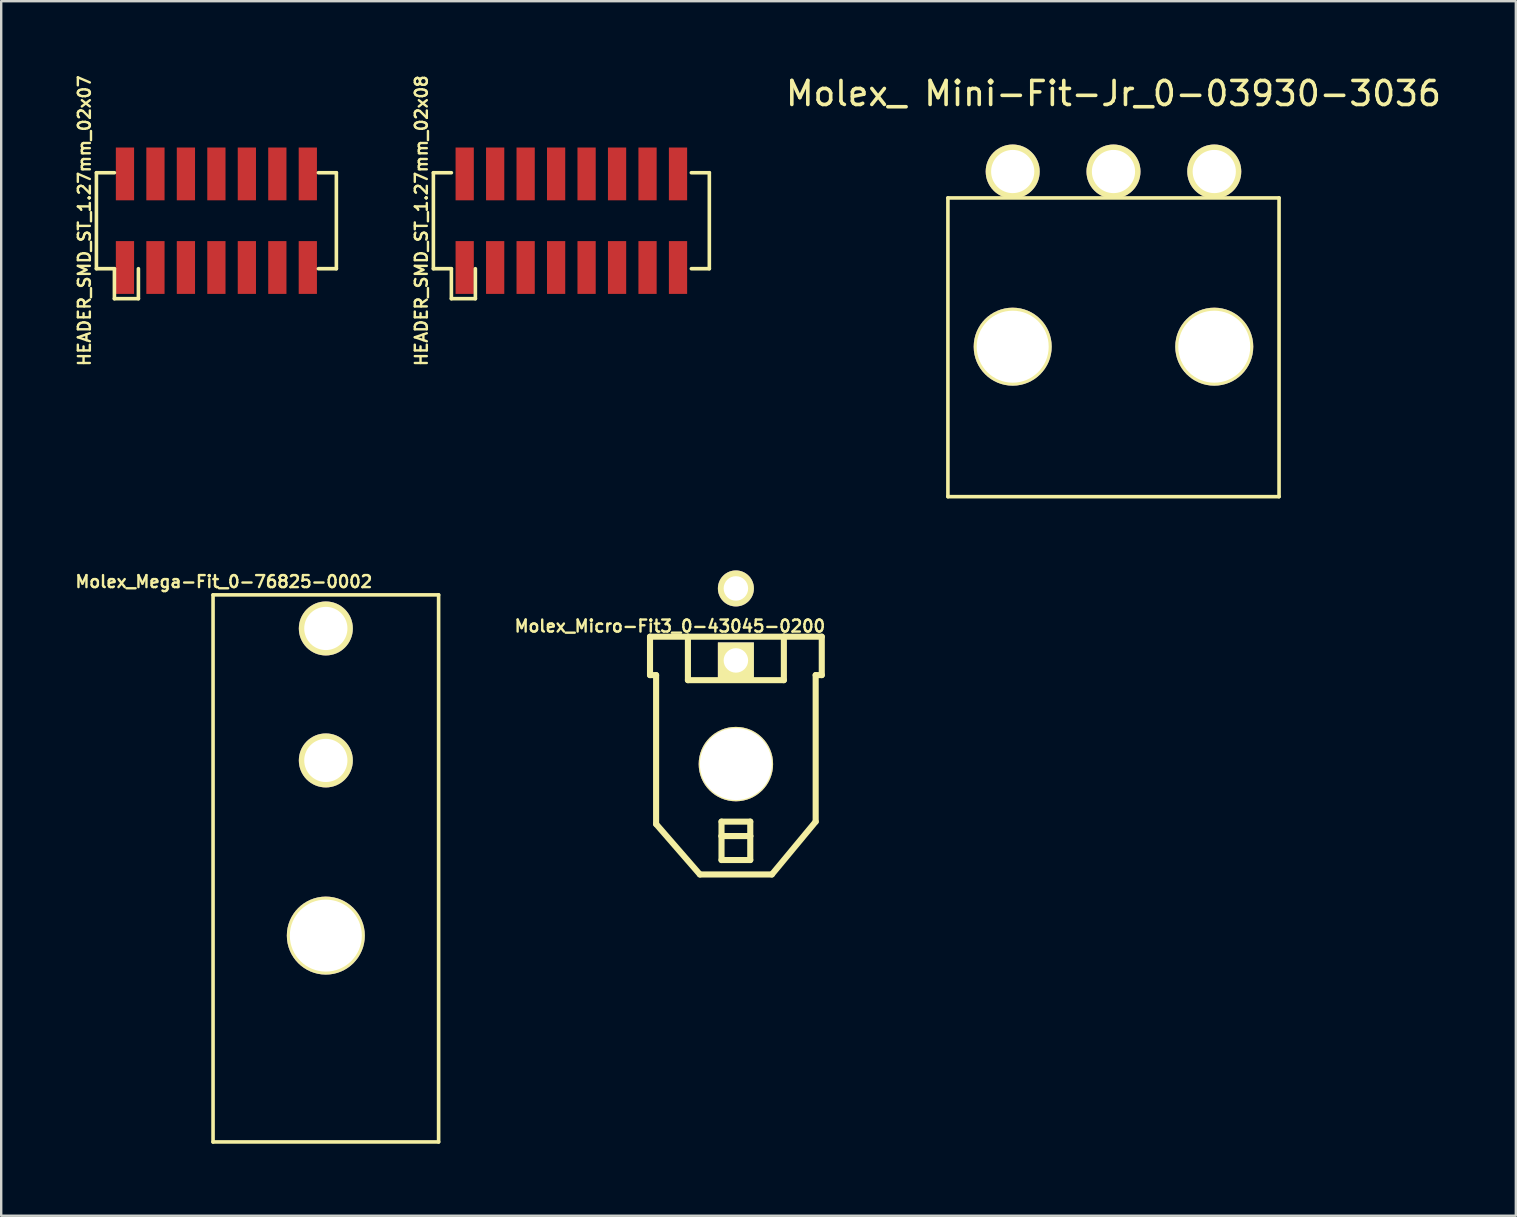
<source format=kicad_pcb>
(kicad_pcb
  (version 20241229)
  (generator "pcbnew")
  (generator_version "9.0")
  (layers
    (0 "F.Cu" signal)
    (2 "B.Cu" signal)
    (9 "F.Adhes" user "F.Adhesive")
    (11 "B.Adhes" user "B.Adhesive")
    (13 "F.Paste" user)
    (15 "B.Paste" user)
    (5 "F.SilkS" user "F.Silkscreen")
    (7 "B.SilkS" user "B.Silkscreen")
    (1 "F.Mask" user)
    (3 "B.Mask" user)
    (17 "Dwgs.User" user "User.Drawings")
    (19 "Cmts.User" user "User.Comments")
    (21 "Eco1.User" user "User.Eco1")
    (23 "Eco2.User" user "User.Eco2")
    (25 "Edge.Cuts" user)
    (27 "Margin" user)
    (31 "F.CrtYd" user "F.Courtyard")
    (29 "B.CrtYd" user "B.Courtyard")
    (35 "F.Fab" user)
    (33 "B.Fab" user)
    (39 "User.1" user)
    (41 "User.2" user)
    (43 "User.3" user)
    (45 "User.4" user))
  (footprint "Molex_Micro-Fit3_0-43045-0200"
    (layer "F.Cu")
    (at 27.618 28.793)
    (property "Reference" "Molex_Micro-Fit3_0-43045-0200" (at -2.75 -5.75 0) (layer "F.SilkS") (effects (font (size 0.5 0.5) (thickness 0.1))))
    (attr exclude_from_pos_files exclude_from_bom)
    (fp_line (start -3.579 -5.309) (end -3.579 -3.708) (stroke (width 0.254) (type solid)) (layer "F.SilkS"))
    (fp_line (start -3.579 -5.309) (end -1.999 -5.309) (stroke (width 0.254) (type solid)) (layer "F.SilkS"))
    (fp_line (start -3.579 -3.708) (end -3.325 -3.708) (stroke (width 0.254) (type solid)) (layer "F.SilkS"))
    (fp_line (start -3.325 2.499) (end -3.325 -3.708) (stroke (width 0.254) (type solid)) (layer "F.SilkS"))
    (fp_line (start -3.325 2.499) (end -1.499 4.6) (stroke (width 0.254) (type solid)) (layer "F.SilkS"))
    (fp_line (start -1.999 -5.309) (end -1.999 -3.498) (stroke (width 0.254) (type solid)) (layer "F.SilkS"))
    (fp_line (start -1.999 -5.309) (end 1.999 -5.309) (stroke (width 0.254) (type solid)) (layer "F.SilkS"))
    (fp_line (start -1.999 -3.498) (end 1.999 -3.498) (stroke (width 0.254) (type solid)) (layer "F.SilkS"))
    (fp_line (start -0.599 2.398) (end 0.599 2.398) (stroke (width 0.254) (type solid)) (layer "F.SilkS"))
    (fp_line (start -0.599 3) (end -0.599 2.398) (stroke (width 0.254) (type solid)) (layer "F.SilkS"))
    (fp_line (start -0.599 3) (end 0.599 3) (stroke (width 0.254) (type solid)) (layer "F.SilkS"))
    (fp_line (start -0.599 3.998) (end -0.599 3) (stroke (width 0.254) (type solid)) (layer "F.SilkS"))
    (fp_line (start 0.599 2.398) (end 0.599 3) (stroke (width 0.254) (type solid)) (layer "F.SilkS"))
    (fp_line (start 0.599 3) (end 0.599 3.998) (stroke (width 0.254) (type solid)) (layer "F.SilkS"))
    (fp_line (start 0.599 3.998) (end -0.599 3.998) (stroke (width 0.254) (type solid)) (layer "F.SilkS"))
    (fp_line (start 1.499 4.6) (end -1.499 4.6) (stroke (width 0.254) (type solid)) (layer "F.SilkS"))
    (fp_line (start 1.999 -5.309) (end 3.579 -5.309) (stroke (width 0.254) (type solid)) (layer "F.SilkS"))
    (fp_line (start 1.999 -3.498) (end 1.999 -5.309) (stroke (width 0.254) (type solid)) (layer "F.SilkS"))
    (fp_line (start 3.325 -3.708) (end 3.325 2.398) (stroke (width 0.254) (type solid)) (layer "F.SilkS"))
    (fp_line (start 3.325 2.398) (end 1.499 4.6) (stroke (width 0.254) (type solid)) (layer "F.SilkS"))
    (fp_line (start 3.579 -5.309) (end 3.579 -3.708) (stroke (width 0.254) (type solid)) (layer "F.SilkS"))
    (fp_line (start 3.579 -3.708) (end 3.325 -3.708) (stroke (width 0.254) (type solid)) (layer "F.SilkS"))
    (pad "1" thru_hole rect (at 0 -4.32) (size 1.5 1.5) (drill 1.02) (layers "*.Cu" "*.Mask" "F.SilkS" "F.Paste"))
    (pad "2" thru_hole circle (at 0 -7.32) (size 1.5 1.5) (drill 1.02) (layers "*.Cu" "*.Mask" "F.SilkS" "F.Paste"))
    (pad "3" thru_hole circle (at 0 0) (size 3.1 3.1) (drill 3) (layers "*.Cu" "*.Mask" "F.SilkS" "F.Paste")))
  (footprint "HEADER_SMD_ST_1.27mm_02x07"
    (layer "F.Cu")
    (at 5.968 6.148)
    (property "Reference" "HEADER_SMD_ST_1.27mm_02x07" (at -5.5 0 90) (layer "F.SilkS") (effects (font (size 0.5 0.5) (thickness 0.1))))
    (attr through_hole)
    (fp_line (start -5 -2) (end -4.25 -2) (stroke (width 0.15) (type solid)) (layer "F.SilkS"))
    (fp_line (start -5 2) (end -5 -2) (stroke (width 0.15) (type solid)) (layer "F.SilkS"))
    (fp_line (start -5 2) (end -4.25 2) (stroke (width 0.15) (type solid)) (layer "F.SilkS"))
    (fp_line (start -4.25 2) (end -4.25 3.25) (stroke (width 0.15) (type solid)) (layer "F.SilkS"))
    (fp_line (start -4.25 3.25) (end -3.25 3.25) (stroke (width 0.15) (type solid)) (layer "F.SilkS"))
    (fp_line (start -3.25 3.25) (end -3.25 2) (stroke (width 0.15) (type solid)) (layer "F.SilkS"))
    (fp_line (start 5 -2) (end 4.25 -2) (stroke (width 0.15) (type solid)) (layer "F.SilkS"))
    (fp_line (start 5 -2) (end 5 2) (stroke (width 0.15) (type solid)) (layer "F.SilkS"))
    (fp_line (start 5 2) (end 4.25 2) (stroke (width 0.15) (type solid)) (layer "F.SilkS"))
    (pad "1" smd rect (at -3.81 1.95 90) (size 2.2 0.76) (layers "F.Cu" "F.Mask" "F.Paste"))
    (pad "2" smd rect (at -3.81 -1.95 90) (size 2.2 0.76) (layers "F.Cu" "F.Mask" "F.Paste"))
    (pad "3" smd rect (at -2.54 1.95 90) (size 2.2 0.76) (layers "F.Cu" "F.Mask" "F.Paste"))
    (pad "4" smd rect (at -2.54 -1.95 90) (size 2.2 0.76) (layers "F.Cu" "F.Mask" "F.Paste"))
    (pad "5" smd rect (at -1.27 1.95 90) (size 2.2 0.76) (layers "F.Cu" "F.Mask" "F.Paste"))
    (pad "6" smd rect (at -1.27 -1.95 90) (size 2.2 0.76) (layers "F.Cu" "F.Mask" "F.Paste"))
    (pad "7" smd rect (at 0 1.95 90) (size 2.2 0.76) (layers "F.Cu" "F.Mask" "F.Paste"))
    (pad "8" smd rect (at 0 -1.95 90) (size 2.2 0.76) (layers "F.Cu" "F.Mask" "F.Paste"))
    (pad "9" smd rect (at 1.27 1.95 90) (size 2.2 0.76) (layers "F.Cu" "F.Mask" "F.Paste"))
    (pad "10" smd rect (at 1.27 -1.95 90) (size 2.2 0.76) (layers "F.Cu" "F.Mask" "F.Paste"))
    (pad "11" smd rect (at 2.54 1.95 90) (size 2.2 0.76) (layers "F.Cu" "F.Mask" "F.Paste"))
    (pad "12" smd rect (at 2.54 -1.95 90) (size 2.2 0.76) (layers "F.Cu" "F.Mask" "F.Paste"))
    (pad "13" smd rect (at 3.81 1.95 90) (size 2.2 0.76) (layers "F.Cu" "F.Mask" "F.Paste"))
    (pad "14" smd rect (at 3.81 -1.95 90) (size 2.2 0.76) (layers "F.Cu" "F.Mask" "F.Paste")))
  (footprint "Molex_ Mini-Fit-Jr_0-03930-3036"
    (layer "F.Cu")
    (at 43.354 4.098)
    (property "Reference" "Molex_ Mini-Fit-Jr_0-03930-3036" (at 0 -3.25 0) (layer "F.SilkS") (effects (font (size 1 1) (thickness 0.15))))
    (attr through_hole)
    (fp_line (start -6.9 1.1) (end -6.9 13.55) (stroke (width 0.15) (type solid)) (layer "F.SilkS"))
    (fp_line (start 6.9 1.1) (end -6.9 1.1) (stroke (width 0.15) (type solid)) (layer "F.SilkS"))
    (fp_line (start 6.9 1.1) (end 6.9 13.55) (stroke (width 0.15) (type solid)) (layer "F.SilkS"))
    (fp_line (start 6.9 13.55) (end -6.9 13.55) (stroke (width 0.15) (type solid)) (layer "F.SilkS"))
    (pad "1" thru_hole circle (at 4.2 0) (size 2.25 2.25) (drill 1.8) (layers "*.Cu" "*.Mask" "F.SilkS"))
    (pad "2" thru_hole circle (at 0 0) (size 2.25 2.25) (drill 1.8) (layers "*.Cu" "*.Mask" "F.SilkS"))
    (pad "3" thru_hole circle (at -4.2 0) (size 2.25 2.25) (drill 1.8) (layers "*.Cu" "*.Mask" "F.SilkS"))
    (pad "4" thru_hole circle (at -4.2 7.3) (size 3.25 3.25) (drill 3) (layers "*.Cu" "*.Mask" "F.SilkS"))
    (pad "4" thru_hole circle (at 4.2 7.3) (size 3.25 3.25) (drill 3) (layers "*.Cu" "*.Mask" "F.SilkS")))
  (footprint "Molex_Mega-Fit_0-76825-0002"
    (layer "F.Cu")
    (at 10.529 35.941)
    (property "Reference" "Molex_Mega-Fit_0-76825-0002" (at -4.25 -14.75 180) (layer "F.SilkS") (effects (font (size 0.5 0.5) (thickness 0.1))))
    (attr through_hole)
    (fp_line (start -4.7 -14.2) (end 4.7 -14.2) (stroke (width 0.15) (type solid)) (layer "F.SilkS"))
    (fp_line (start -4.7 8.6) (end -4.7 -14.2) (stroke (width 0.15) (type solid)) (layer "F.SilkS"))
    (fp_line (start -4.7 8.6) (end 4.7 8.6) (stroke (width 0.15) (type solid)) (layer "F.SilkS"))
    (fp_line (start 4.7 8.6) (end 4.7 -14.2) (stroke (width 0.15) (type solid)) (layer "F.SilkS"))
    (pad "1" thru_hole circle (at 0 -7.3) (size 2.25 2.25) (drill 1.8) (layers "*.Cu" "*.Mask" "F.SilkS"))
    (pad "2" thru_hole circle (at 0 -12.8) (size 2.25 2.25) (drill 1.8) (layers "*.Cu" "*.Mask" "F.SilkS"))
    (pad "3" thru_hole circle (at 0 0) (size 3.25 3.25) (drill 3) (layers "*.Cu" "*.Mask" "F.SilkS")))
  (footprint "HEADER_SMD_ST_1.27mm_02x08"
    (layer "F.Cu")
    (at 20.761 6.148)
    (property "Reference" "HEADER_SMD_ST_1.27mm_02x08" (at -6.25 0 90) (layer "F.SilkS") (effects (font (size 0.5 0.5) (thickness 0.1))))
    (attr through_hole)
    (fp_line (start -5.75 -2) (end -5 -2) (stroke (width 0.15) (type solid)) (layer "F.SilkS"))
    (fp_line (start -5.75 2) (end -5.75 -2) (stroke (width 0.15) (type solid)) (layer "F.SilkS"))
    (fp_line (start -5.75 2) (end -5 2) (stroke (width 0.15) (type solid)) (layer "F.SilkS"))
    (fp_line (start -5 2) (end -5 3.25) (stroke (width 0.15) (type solid)) (layer "F.SilkS"))
    (fp_line (start -5 3.25) (end -4 3.25) (stroke (width 0.15) (type solid)) (layer "F.SilkS"))
    (fp_line (start -4 3.25) (end -4 2) (stroke (width 0.15) (type solid)) (layer "F.SilkS"))
    (fp_line (start 5.75 -2) (end 5 -2) (stroke (width 0.15) (type solid)) (layer "F.SilkS"))
    (fp_line (start 5.75 -2) (end 5.75 2) (stroke (width 0.15) (type solid)) (layer "F.SilkS"))
    (fp_line (start 5.75 2) (end 5 2) (stroke (width 0.15) (type solid)) (layer "F.SilkS"))
    (pad "1" smd rect (at -4.445 1.95 90) (size 2.2 0.76) (layers "F.Cu" "F.Mask" "F.Paste"))
    (pad "2" smd rect (at -4.445 -1.95 90) (size 2.2 0.76) (layers "F.Cu" "F.Mask" "F.Paste"))
    (pad "3" smd rect (at -3.175 1.95 90) (size 2.2 0.76) (layers "F.Cu" "F.Mask" "F.Paste"))
    (pad "4" smd rect (at -3.175 -1.95 90) (size 2.2 0.76) (layers "F.Cu" "F.Mask" "F.Paste"))
    (pad "5" smd rect (at -1.905 1.95 90) (size 2.2 0.76) (layers "F.Cu" "F.Mask" "F.Paste"))
    (pad "6" smd rect (at -1.905 -1.95 90) (size 2.2 0.76) (layers "F.Cu" "F.Mask" "F.Paste"))
    (pad "7" smd rect (at -0.635 1.95 90) (size 2.2 0.76) (layers "F.Cu" "F.Mask" "F.Paste"))
    (pad "8" smd rect (at -0.635 -1.95 90) (size 2.2 0.76) (layers "F.Cu" "F.Mask" "F.Paste"))
    (pad "9" smd rect (at 0.635 1.95 90) (size 2.2 0.76) (layers "F.Cu" "F.Mask" "F.Paste"))
    (pad "10" smd rect (at 0.635 -1.95 90) (size 2.2 0.76) (layers "F.Cu" "F.Mask" "F.Paste"))
    (pad "11" smd rect (at 1.905 1.95 90) (size 2.2 0.76) (layers "F.Cu" "F.Mask" "F.Paste"))
    (pad "12" smd rect (at 1.905 -1.95 90) (size 2.2 0.76) (layers "F.Cu" "F.Mask" "F.Paste"))
    (pad "13" smd rect (at 3.175 1.95 90) (size 2.2 0.76) (layers "F.Cu" "F.Mask" "F.Paste"))
    (pad "14" smd rect (at 3.175 -1.95 90) (size 2.2 0.76) (layers "F.Cu" "F.Mask" "F.Paste"))
    (pad "15" smd rect (at 4.445 1.95 90) (size 2.2 0.76) (layers "F.Cu" "F.Mask" "F.Paste"))
    (pad "16" smd rect (at 4.445 -1.95 90) (size 2.2 0.76) (layers "F.Cu" "F.Mask" "F.Paste")))
  (gr_rect
    (start -3 -3)
    (end 60.122 47.616)
    (stroke (width 0.1) (type default))
    (fill no)
    (layer "Edge.Cuts")))
</source>
